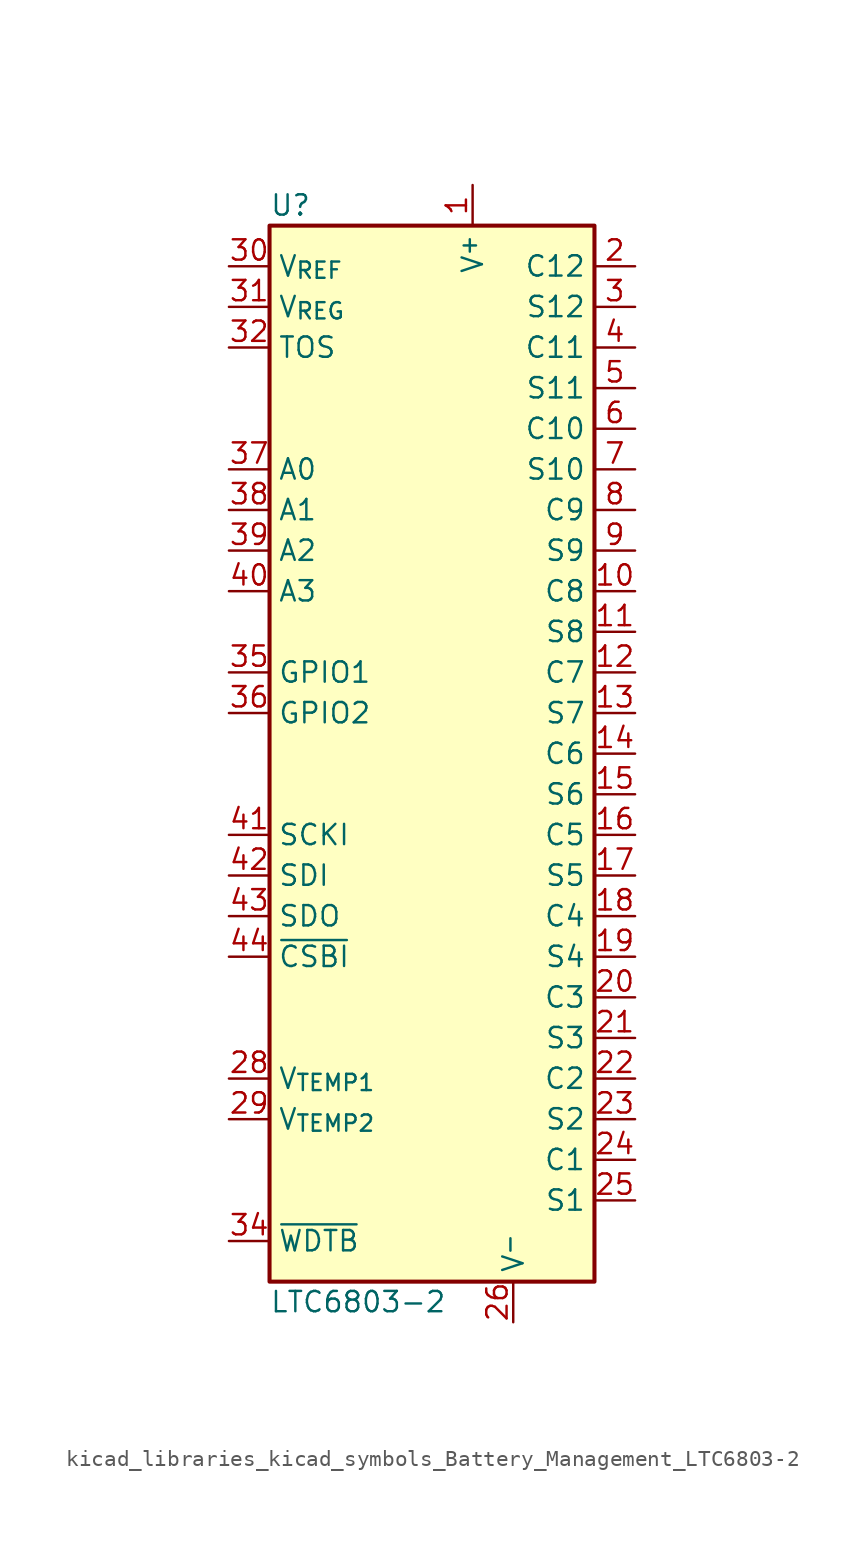
<source format=kicad_sym>
(kicad_symbol_lib
  (version 20220914)
  (generator kicad_symbol_editor)
  (symbol "kicad_libraries_kicad_symbols_Battery_Management_LTC6803-2"
    (property "Reference" "U"
      (at -10.16 34.29 0)
      (effects (font (size 1.27 1.27)) (justify left)))
    (property "Value" "LTC6803-2"
      (at -10.16 -34.29 0)
      (effects (font (size 1.27 1.27)) (justify left)))
    (symbol "kicad_libraries_kicad_symbols_Battery_Management_LTC6803-2_0_1"
      (rectangle (start 10.16 -33.02) (end -10.16 33.02) (stroke (width 0.254) (type default)) (fill (type background))))
    (symbol "kicad_libraries_kicad_symbols_Battery_Management_LTC6803-2_1_1"
      (pin input line (at 2.54 35.56 270) (length 2.54) (name "V^{+}" (effects (font (size 1.27 1.27)))) (number "1" (effects (font (size 1.27 1.27)))))
      (pin input line (at 12.7 10.16 180) (length 2.54) (name "C8" (effects (font (size 1.27 1.27)))) (number "10" (effects (font (size 1.27 1.27)))))
      (pin input line (at 12.7 7.62 180) (length 2.54) (name "S8" (effects (font (size 1.27 1.27)))) (number "11" (effects (font (size 1.27 1.27)))))
      (pin input line (at 12.7 5.08 180) (length 2.54) (name "C7" (effects (font (size 1.27 1.27)))) (number "12" (effects (font (size 1.27 1.27)))))
      (pin input line (at 12.7 2.54 180) (length 2.54) (name "S7" (effects (font (size 1.27 1.27)))) (number "13" (effects (font (size 1.27 1.27)))))
      (pin input line (at 12.7 0 180) (length 2.54) (name "C6" (effects (font (size 1.27 1.27)))) (number "14" (effects (font (size 1.27 1.27)))))
      (pin input line (at 12.7 -2.54 180) (length 2.54) (name "S6" (effects (font (size 1.27 1.27)))) (number "15" (effects (font (size 1.27 1.27)))))
      (pin input line (at 12.7 -5.08 180) (length 2.54) (name "C5" (effects (font (size 1.27 1.27)))) (number "16" (effects (font (size 1.27 1.27)))))
      (pin input line (at 12.7 -7.62 180) (length 2.54) (name "S5" (effects (font (size 1.27 1.27)))) (number "17" (effects (font (size 1.27 1.27)))))
      (pin input line (at 12.7 -10.16 180) (length 2.54) (name "C4" (effects (font (size 1.27 1.27)))) (number "18" (effects (font (size 1.27 1.27)))))
      (pin input line (at 12.7 -12.7 180) (length 2.54) (name "S4" (effects (font (size 1.27 1.27)))) (number "19" (effects (font (size 1.27 1.27)))))
      (pin input line (at 12.7 30.48 180) (length 2.54) (name "C12" (effects (font (size 1.27 1.27)))) (number "2" (effects (font (size 1.27 1.27)))))
      (pin input line (at 12.7 -15.24 180) (length 2.54) (name "C3" (effects (font (size 1.27 1.27)))) (number "20" (effects (font (size 1.27 1.27)))))
      (pin input line (at 12.7 -17.78 180) (length 2.54) (name "S3" (effects (font (size 1.27 1.27)))) (number "21" (effects (font (size 1.27 1.27)))))
      (pin input line (at 12.7 -20.32 180) (length 2.54) (name "C2" (effects (font (size 1.27 1.27)))) (number "22" (effects (font (size 1.27 1.27)))))
      (pin input line (at 12.7 -22.86 180) (length 2.54) (name "S2" (effects (font (size 1.27 1.27)))) (number "23" (effects (font (size 1.27 1.27)))))
      (pin input line (at 12.7 -25.4 180) (length 2.54) (name "C1" (effects (font (size 1.27 1.27)))) (number "24" (effects (font (size 1.27 1.27)))))
      (pin input line (at 12.7 -27.94 180) (length 2.54) (name "S1" (effects (font (size 1.27 1.27)))) (number "25" (effects (font (size 1.27 1.27)))))
      (pin input line (at 5.08 -35.56 90) (length 2.54) (name "V^{-}" (effects (font (size 1.27 1.27)))) (number "26" (effects (font (size 1.27 1.27)))))
      (pin no_connect line (at 0 33.02 270) (length 2.54) hide (name "NC" (effects (font (size 1.27 1.27)))) (number "27" (effects (font (size 1.27 1.27)))))
      (pin input line (at -12.7 -20.32 0) (length 2.54) (name "V_{TEMP1}" (effects (font (size 1.27 1.27)))) (number "28" (effects (font (size 1.27 1.27)))))
      (pin input line (at -12.7 -22.86 0) (length 2.54) (name "V_{TEMP2}" (effects (font (size 1.27 1.27)))) (number "29" (effects (font (size 1.27 1.27)))))
      (pin input line (at 12.7 27.94 180) (length 2.54) (name "S12" (effects (font (size 1.27 1.27)))) (number "3" (effects (font (size 1.27 1.27)))))
      (pin input line (at -12.7 30.48 0) (length 2.54) (name "V_{REF}" (effects (font (size 1.27 1.27)))) (number "30" (effects (font (size 1.27 1.27)))))
      (pin input line (at -12.7 27.94 0) (length 2.54) (name "V_{REG}" (effects (font (size 1.27 1.27)))) (number "31" (effects (font (size 1.27 1.27)))))
      (pin input line (at -12.7 25.4 0) (length 2.54) (name "TOS" (effects (font (size 1.27 1.27)))) (number "32" (effects (font (size 1.27 1.27)))))
      (pin no_connect line (at -2.54 33.02 270) (length 2.54) hide (name "NC" (effects (font (size 1.27 1.27)))) (number "33" (effects (font (size 1.27 1.27)))))
      (pin open_collector line (at -12.7 -30.48 0) (length 2.54) (name "~{WDTB}" (effects (font (size 1.27 1.27)))) (number "34" (effects (font (size 1.27 1.27)))))
      (pin input line (at -12.7 5.08 0) (length 2.54) (name "GPIO1" (effects (font (size 1.27 1.27)))) (number "35" (effects (font (size 1.27 1.27)))))
      (pin input line (at -12.7 2.54 0) (length 2.54) (name "GPIO2" (effects (font (size 1.27 1.27)))) (number "36" (effects (font (size 1.27 1.27)))))
      (pin input line (at -12.7 17.78 0) (length 2.54) (name "A0" (effects (font (size 1.27 1.27)))) (number "37" (effects (font (size 1.27 1.27)))))
      (pin input line (at -12.7 15.24 0) (length 2.54) (name "A1" (effects (font (size 1.27 1.27)))) (number "38" (effects (font (size 1.27 1.27)))))
      (pin input line (at -12.7 12.7 0) (length 2.54) (name "A2" (effects (font (size 1.27 1.27)))) (number "39" (effects (font (size 1.27 1.27)))))
      (pin input line (at 12.7 25.4 180) (length 2.54) (name "C11" (effects (font (size 1.27 1.27)))) (number "4" (effects (font (size 1.27 1.27)))))
      (pin input line (at -12.7 10.16 0) (length 2.54) (name "A3" (effects (font (size 1.27 1.27)))) (number "40" (effects (font (size 1.27 1.27)))))
      (pin input line (at -12.7 -5.08 0) (length 2.54) (name "SCKI" (effects (font (size 1.27 1.27)))) (number "41" (effects (font (size 1.27 1.27)))))
      (pin input line (at -12.7 -7.62 0) (length 2.54) (name "SDI" (effects (font (size 1.27 1.27)))) (number "42" (effects (font (size 1.27 1.27)))))
      (pin open_collector line (at -12.7 -10.16 0) (length 2.54) (name "SDO" (effects (font (size 1.27 1.27)))) (number "43" (effects (font (size 1.27 1.27)))))
      (pin input line (at -12.7 -12.7 0) (length 2.54) (name "~{CSBI}" (effects (font (size 1.27 1.27)))) (number "44" (effects (font (size 1.27 1.27)))))
      (pin input line (at 12.7 22.86 180) (length 2.54) (name "S11" (effects (font (size 1.27 1.27)))) (number "5" (effects (font (size 1.27 1.27)))))
      (pin input line (at 12.7 20.32 180) (length 2.54) (name "C10" (effects (font (size 1.27 1.27)))) (number "6" (effects (font (size 1.27 1.27)))))
      (pin input line (at 12.7 17.78 180) (length 2.54) (name "S10" (effects (font (size 1.27 1.27)))) (number "7" (effects (font (size 1.27 1.27)))))
      (pin input line (at 12.7 15.24 180) (length 2.54) (name "C9" (effects (font (size 1.27 1.27)))) (number "8" (effects (font (size 1.27 1.27)))))
      (pin input line (at 12.7 12.7 180) (length 2.54) (name "S9" (effects (font (size 1.27 1.27)))) (number "9" (effects (font (size 1.27 1.27))))))))
</source>
